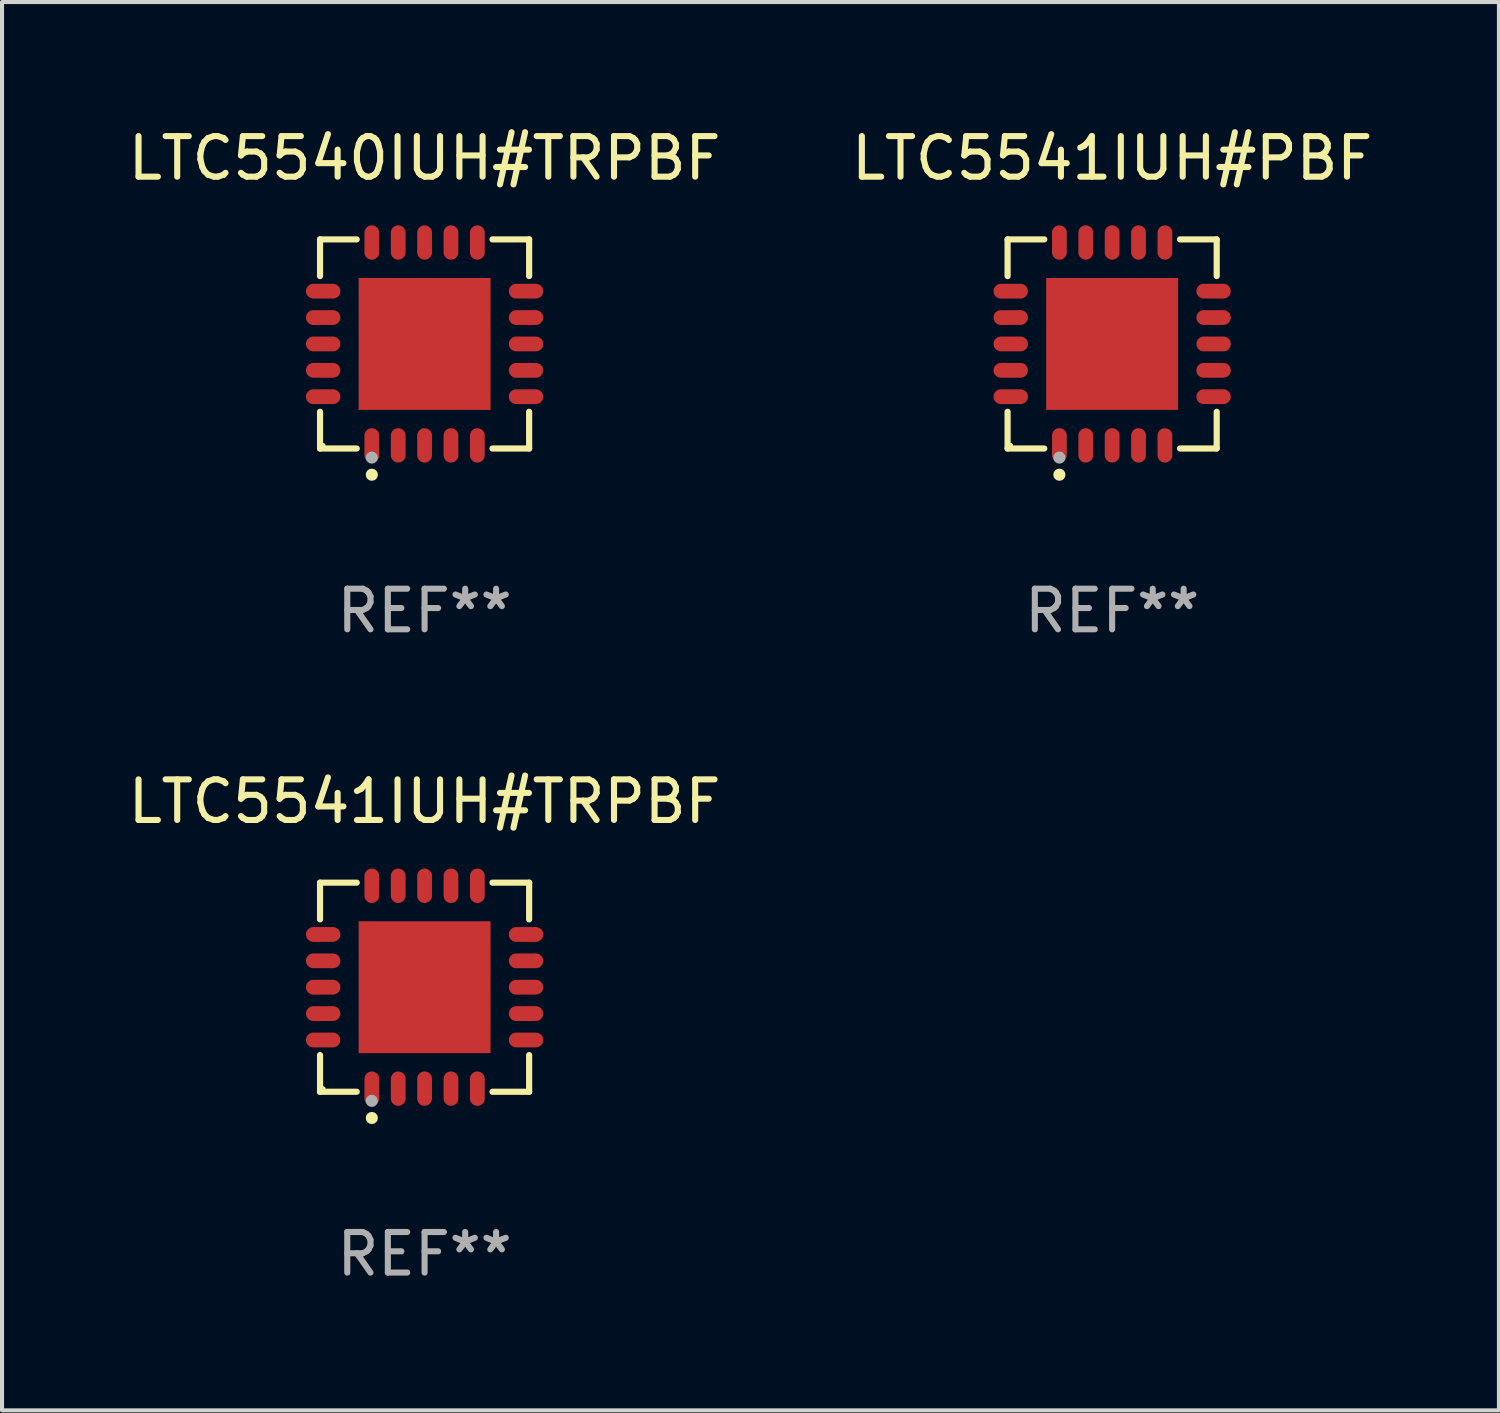
<source format=kicad_pcb>
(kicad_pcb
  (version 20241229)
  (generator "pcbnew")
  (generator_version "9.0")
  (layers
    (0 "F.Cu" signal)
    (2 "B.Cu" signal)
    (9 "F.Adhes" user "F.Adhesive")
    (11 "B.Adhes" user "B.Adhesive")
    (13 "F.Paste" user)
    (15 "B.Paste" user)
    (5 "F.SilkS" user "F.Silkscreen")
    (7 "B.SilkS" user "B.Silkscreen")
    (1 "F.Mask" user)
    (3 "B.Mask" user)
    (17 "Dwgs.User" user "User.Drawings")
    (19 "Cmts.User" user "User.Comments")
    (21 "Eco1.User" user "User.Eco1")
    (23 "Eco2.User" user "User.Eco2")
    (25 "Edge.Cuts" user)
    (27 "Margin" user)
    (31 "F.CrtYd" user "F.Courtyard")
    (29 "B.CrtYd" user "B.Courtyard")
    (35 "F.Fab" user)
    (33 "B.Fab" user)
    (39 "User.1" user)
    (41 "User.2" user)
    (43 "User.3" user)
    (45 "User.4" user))
  (footprint "LTC5541IUH#PBF"
    (layer "F.Cu")
    (at 24.351 5.424)
    (property "Reference" "LTC5541IUH#PBF" (at 0 -4.576 0) (layer "F.SilkS") (effects (font (size 1 1) (thickness 0.15))))
    (attr through_hole)
    (fp_line (start -2.576 -2.576) (end -1.672 -2.576) (stroke (width 0.152) (type solid)) (layer "F.SilkS"))
    (fp_line (start -2.576 -1.672) (end -2.576 -2.576) (stroke (width 0.152) (type solid)) (layer "F.SilkS"))
    (fp_line (start -2.576 1.672) (end -2.576 2.576) (stroke (width 0.152) (type solid)) (layer "F.SilkS"))
    (fp_line (start -2.576 2.576) (end -1.672 2.576) (stroke (width 0.152) (type solid)) (layer "F.SilkS"))
    (fp_line (start 2.576 -2.576) (end 1.672 -2.576) (stroke (width 0.152) (type solid)) (layer "F.SilkS"))
    (fp_line (start 2.576 -1.672) (end 2.576 -2.576) (stroke (width 0.152) (type solid)) (layer "F.SilkS"))
    (fp_line (start 2.576 1.672) (end 2.576 2.576) (stroke (width 0.152) (type solid)) (layer "F.SilkS"))
    (fp_line (start 2.576 2.576) (end 1.672 2.576) (stroke (width 0.152) (type solid)) (layer "F.SilkS"))
    (fp_circle (center -2.5 2.5) (end -2.47 2.5) (stroke (width 0.06) (type solid)) (fill no) (layer "F.SilkS"))
    (fp_circle (center -1.3 3.222) (end -1.225 3.222) (stroke (width 0.15) (type solid)) (fill no) (layer "F.SilkS"))
    (fp_circle (center -1.3 2.8) (end -1.225 2.8) (stroke (width 0.15) (type solid)) (fill no) (layer "F.Fab"))
    (fp_text user "REF**" (at 0 6.576 0) (layer "F.Fab") (effects (font (size 1 1) (thickness 0.15))))
    (pad "1" smd oval (at -1.3 2.499) (size 0.364 0.847) (layers "F.Cu" "F.Mask" "F.Paste"))
    (pad "2" smd oval (at -0.65 2.499) (size 0.364 0.847) (layers "F.Cu" "F.Mask" "F.Paste"))
    (pad "3" smd oval (at 0 2.499) (size 0.364 0.847) (layers "F.Cu" "F.Mask" "F.Paste"))
    (pad "4" smd oval (at 0.65 2.499) (size 0.364 0.847) (layers "F.Cu" "F.Mask" "F.Paste"))
    (pad "5" smd oval (at 1.3 2.499) (size 0.364 0.847) (layers "F.Cu" "F.Mask" "F.Paste"))
    (pad "6" smd oval (at 2.499 1.3) (size 0.847 0.364) (layers "F.Cu" "F.Mask" "F.Paste"))
    (pad "7" smd oval (at 2.499 0.65) (size 0.847 0.364) (layers "F.Cu" "F.Mask" "F.Paste"))
    (pad "8" smd oval (at 2.499 0) (size 0.847 0.364) (layers "F.Cu" "F.Mask" "F.Paste"))
    (pad "9" smd oval (at 2.499 -0.65) (size 0.847 0.364) (layers "F.Cu" "F.Mask" "F.Paste"))
    (pad "10" smd oval (at 2.499 -1.3) (size 0.847 0.364) (layers "F.Cu" "F.Mask" "F.Paste"))
    (pad "11" smd oval (at 1.3 -2.499) (size 0.364 0.847) (layers "F.Cu" "F.Mask" "F.Paste"))
    (pad "12" smd oval (at 0.65 -2.499) (size 0.364 0.847) (layers "F.Cu" "F.Mask" "F.Paste"))
    (pad "13" smd oval (at 0 -2.499) (size 0.364 0.847) (layers "F.Cu" "F.Mask" "F.Paste"))
    (pad "14" smd oval (at -0.65 -2.499) (size 0.364 0.847) (layers "F.Cu" "F.Mask" "F.Paste"))
    (pad "15" smd oval (at -1.3 -2.499) (size 0.364 0.847) (layers "F.Cu" "F.Mask" "F.Paste"))
    (pad "16" smd oval (at -2.499 -1.3) (size 0.847 0.364) (layers "F.Cu" "F.Mask" "F.Paste"))
    (pad "17" smd oval (at -2.499 -0.65) (size 0.847 0.364) (layers "F.Cu" "F.Mask" "F.Paste"))
    (pad "18" smd oval (at -2.499 0) (size 0.847 0.364) (layers "F.Cu" "F.Mask" "F.Paste"))
    (pad "19" smd oval (at -2.499 0.65) (size 0.847 0.364) (layers "F.Cu" "F.Mask" "F.Paste"))
    (pad "20" smd oval (at -2.499 1.3) (size 0.847 0.364) (layers "F.Cu" "F.Mask" "F.Paste"))
    (pad "21" smd rect (at 0 0) (size 3.25 3.25) (layers "F.Cu" "F.Mask" "F.Paste")))
  (footprint "LTC5540IUH#TRPBF"
    (layer "F.Cu")
    (at 7.411 5.424)
    (property "Reference" "LTC5540IUH#TRPBF" (at 0 -4.576 0) (layer "F.SilkS") (effects (font (size 1 1) (thickness 0.15))))
    (attr through_hole)
    (fp_line (start -2.576 -2.576) (end -1.672 -2.576) (stroke (width 0.152) (type solid)) (layer "F.SilkS"))
    (fp_line (start -2.576 -1.672) (end -2.576 -2.576) (stroke (width 0.152) (type solid)) (layer "F.SilkS"))
    (fp_line (start -2.576 1.672) (end -2.576 2.576) (stroke (width 0.152) (type solid)) (layer "F.SilkS"))
    (fp_line (start -2.576 2.576) (end -1.672 2.576) (stroke (width 0.152) (type solid)) (layer "F.SilkS"))
    (fp_line (start 2.576 -2.576) (end 1.672 -2.576) (stroke (width 0.152) (type solid)) (layer "F.SilkS"))
    (fp_line (start 2.576 -1.672) (end 2.576 -2.576) (stroke (width 0.152) (type solid)) (layer "F.SilkS"))
    (fp_line (start 2.576 1.672) (end 2.576 2.576) (stroke (width 0.152) (type solid)) (layer "F.SilkS"))
    (fp_line (start 2.576 2.576) (end 1.672 2.576) (stroke (width 0.152) (type solid)) (layer "F.SilkS"))
    (fp_circle (center -2.5 2.5) (end -2.47 2.5) (stroke (width 0.06) (type solid)) (fill no) (layer "F.SilkS"))
    (fp_circle (center -1.3 3.222) (end -1.225 3.222) (stroke (width 0.15) (type solid)) (fill no) (layer "F.SilkS"))
    (fp_circle (center -1.3 2.8) (end -1.225 2.8) (stroke (width 0.15) (type solid)) (fill no) (layer "F.Fab"))
    (fp_text user "REF**" (at 0 6.576 0) (layer "F.Fab") (effects (font (size 1 1) (thickness 0.15))))
    (pad "1" smd oval (at -1.3 2.499) (size 0.364 0.847) (layers "F.Cu" "F.Mask" "F.Paste"))
    (pad "2" smd oval (at -0.65 2.499) (size 0.364 0.847) (layers "F.Cu" "F.Mask" "F.Paste"))
    (pad "3" smd oval (at 0 2.499) (size 0.364 0.847) (layers "F.Cu" "F.Mask" "F.Paste"))
    (pad "4" smd oval (at 0.65 2.499) (size 0.364 0.847) (layers "F.Cu" "F.Mask" "F.Paste"))
    (pad "5" smd oval (at 1.3 2.499) (size 0.364 0.847) (layers "F.Cu" "F.Mask" "F.Paste"))
    (pad "6" smd oval (at 2.499 1.3) (size 0.847 0.364) (layers "F.Cu" "F.Mask" "F.Paste"))
    (pad "7" smd oval (at 2.499 0.65) (size 0.847 0.364) (layers "F.Cu" "F.Mask" "F.Paste"))
    (pad "8" smd oval (at 2.499 0) (size 0.847 0.364) (layers "F.Cu" "F.Mask" "F.Paste"))
    (pad "9" smd oval (at 2.499 -0.65) (size 0.847 0.364) (layers "F.Cu" "F.Mask" "F.Paste"))
    (pad "10" smd oval (at 2.499 -1.3) (size 0.847 0.364) (layers "F.Cu" "F.Mask" "F.Paste"))
    (pad "11" smd oval (at 1.3 -2.499) (size 0.364 0.847) (layers "F.Cu" "F.Mask" "F.Paste"))
    (pad "12" smd oval (at 0.65 -2.499) (size 0.364 0.847) (layers "F.Cu" "F.Mask" "F.Paste"))
    (pad "13" smd oval (at 0 -2.499) (size 0.364 0.847) (layers "F.Cu" "F.Mask" "F.Paste"))
    (pad "14" smd oval (at -0.65 -2.499) (size 0.364 0.847) (layers "F.Cu" "F.Mask" "F.Paste"))
    (pad "15" smd oval (at -1.3 -2.499) (size 0.364 0.847) (layers "F.Cu" "F.Mask" "F.Paste"))
    (pad "16" smd oval (at -2.499 -1.3) (size 0.847 0.364) (layers "F.Cu" "F.Mask" "F.Paste"))
    (pad "17" smd oval (at -2.499 -0.65) (size 0.847 0.364) (layers "F.Cu" "F.Mask" "F.Paste"))
    (pad "18" smd oval (at -2.499 0) (size 0.847 0.364) (layers "F.Cu" "F.Mask" "F.Paste"))
    (pad "19" smd oval (at -2.499 0.65) (size 0.847 0.364) (layers "F.Cu" "F.Mask" "F.Paste"))
    (pad "20" smd oval (at -2.499 1.3) (size 0.847 0.364) (layers "F.Cu" "F.Mask" "F.Paste"))
    (pad "21" smd rect (at 0 0) (size 3.25 3.25) (layers "F.Cu" "F.Mask" "F.Paste")))
  (footprint "LTC5541IUH#TRPBF"
    (layer "F.Cu")
    (at 7.411 21.273)
    (property "Reference" "LTC5541IUH#TRPBF" (at 0 -4.576 0) (layer "F.SilkS") (effects (font (size 1 1) (thickness 0.15))))
    (attr through_hole)
    (fp_line (start -2.576 -2.576) (end -1.672 -2.576) (stroke (width 0.152) (type solid)) (layer "F.SilkS"))
    (fp_line (start -2.576 -1.672) (end -2.576 -2.576) (stroke (width 0.152) (type solid)) (layer "F.SilkS"))
    (fp_line (start -2.576 1.672) (end -2.576 2.576) (stroke (width 0.152) (type solid)) (layer "F.SilkS"))
    (fp_line (start -2.576 2.576) (end -1.672 2.576) (stroke (width 0.152) (type solid)) (layer "F.SilkS"))
    (fp_line (start 2.576 -2.576) (end 1.672 -2.576) (stroke (width 0.152) (type solid)) (layer "F.SilkS"))
    (fp_line (start 2.576 -1.672) (end 2.576 -2.576) (stroke (width 0.152) (type solid)) (layer "F.SilkS"))
    (fp_line (start 2.576 1.672) (end 2.576 2.576) (stroke (width 0.152) (type solid)) (layer "F.SilkS"))
    (fp_line (start 2.576 2.576) (end 1.672 2.576) (stroke (width 0.152) (type solid)) (layer "F.SilkS"))
    (fp_circle (center -2.5 2.5) (end -2.47 2.5) (stroke (width 0.06) (type solid)) (fill no) (layer "F.SilkS"))
    (fp_circle (center -1.3 3.222) (end -1.225 3.222) (stroke (width 0.15) (type solid)) (fill no) (layer "F.SilkS"))
    (fp_circle (center -1.3 2.8) (end -1.225 2.8) (stroke (width 0.15) (type solid)) (fill no) (layer "F.Fab"))
    (fp_text user "REF**" (at 0 6.576 0) (layer "F.Fab") (effects (font (size 1 1) (thickness 0.15))))
    (pad "1" smd oval (at -1.3 2.499) (size 0.364 0.847) (layers "F.Cu" "F.Mask" "F.Paste"))
    (pad "2" smd oval (at -0.65 2.499) (size 0.364 0.847) (layers "F.Cu" "F.Mask" "F.Paste"))
    (pad "3" smd oval (at 0 2.499) (size 0.364 0.847) (layers "F.Cu" "F.Mask" "F.Paste"))
    (pad "4" smd oval (at 0.65 2.499) (size 0.364 0.847) (layers "F.Cu" "F.Mask" "F.Paste"))
    (pad "5" smd oval (at 1.3 2.499) (size 0.364 0.847) (layers "F.Cu" "F.Mask" "F.Paste"))
    (pad "6" smd oval (at 2.499 1.3) (size 0.847 0.364) (layers "F.Cu" "F.Mask" "F.Paste"))
    (pad "7" smd oval (at 2.499 0.65) (size 0.847 0.364) (layers "F.Cu" "F.Mask" "F.Paste"))
    (pad "8" smd oval (at 2.499 0) (size 0.847 0.364) (layers "F.Cu" "F.Mask" "F.Paste"))
    (pad "9" smd oval (at 2.499 -0.65) (size 0.847 0.364) (layers "F.Cu" "F.Mask" "F.Paste"))
    (pad "10" smd oval (at 2.499 -1.3) (size 0.847 0.364) (layers "F.Cu" "F.Mask" "F.Paste"))
    (pad "11" smd oval (at 1.3 -2.499) (size 0.364 0.847) (layers "F.Cu" "F.Mask" "F.Paste"))
    (pad "12" smd oval (at 0.65 -2.499) (size 0.364 0.847) (layers "F.Cu" "F.Mask" "F.Paste"))
    (pad "13" smd oval (at 0 -2.499) (size 0.364 0.847) (layers "F.Cu" "F.Mask" "F.Paste"))
    (pad "14" smd oval (at -0.65 -2.499) (size 0.364 0.847) (layers "F.Cu" "F.Mask" "F.Paste"))
    (pad "15" smd oval (at -1.3 -2.499) (size 0.364 0.847) (layers "F.Cu" "F.Mask" "F.Paste"))
    (pad "16" smd oval (at -2.499 -1.3) (size 0.847 0.364) (layers "F.Cu" "F.Mask" "F.Paste"))
    (pad "17" smd oval (at -2.499 -0.65) (size 0.847 0.364) (layers "F.Cu" "F.Mask" "F.Paste"))
    (pad "18" smd oval (at -2.499 0) (size 0.847 0.364) (layers "F.Cu" "F.Mask" "F.Paste"))
    (pad "19" smd oval (at -2.499 0.65) (size 0.847 0.364) (layers "F.Cu" "F.Mask" "F.Paste"))
    (pad "20" smd oval (at -2.499 1.3) (size 0.847 0.364) (layers "F.Cu" "F.Mask" "F.Paste"))
    (pad "21" smd rect (at 0 0) (size 3.25 3.25) (layers "F.Cu" "F.Mask" "F.Paste")))
  (gr_rect
    (start -3 -3)
    (end 33.881 31.698)
    (stroke (width 0.1) (type default))
    (fill no)
    (layer "Edge.Cuts")))
</source>
